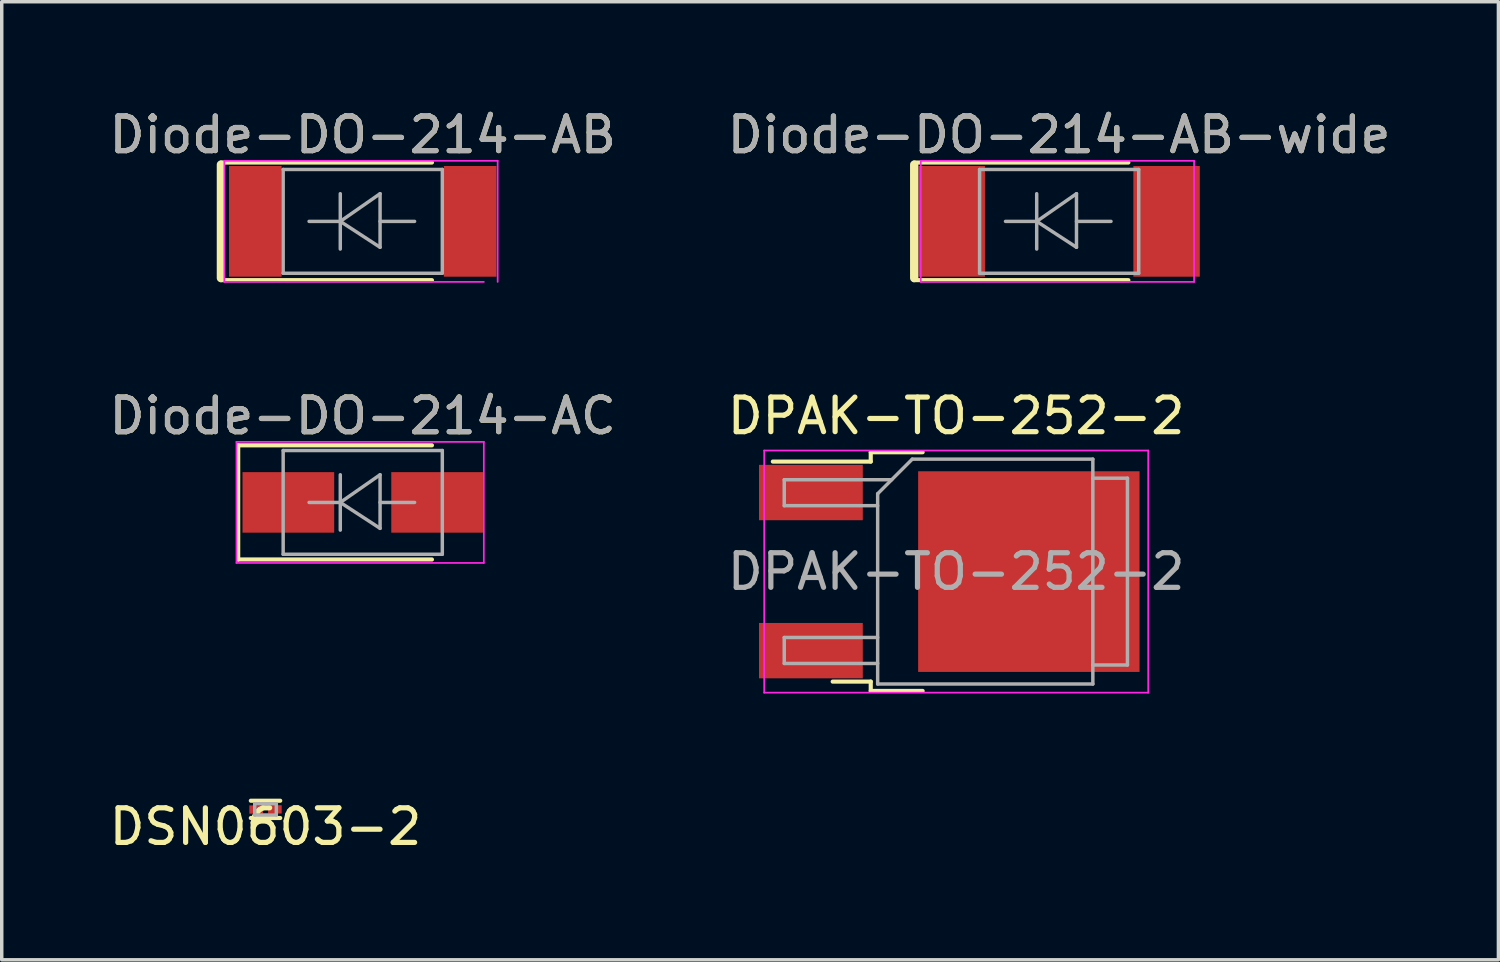
<source format=kicad_pcb>
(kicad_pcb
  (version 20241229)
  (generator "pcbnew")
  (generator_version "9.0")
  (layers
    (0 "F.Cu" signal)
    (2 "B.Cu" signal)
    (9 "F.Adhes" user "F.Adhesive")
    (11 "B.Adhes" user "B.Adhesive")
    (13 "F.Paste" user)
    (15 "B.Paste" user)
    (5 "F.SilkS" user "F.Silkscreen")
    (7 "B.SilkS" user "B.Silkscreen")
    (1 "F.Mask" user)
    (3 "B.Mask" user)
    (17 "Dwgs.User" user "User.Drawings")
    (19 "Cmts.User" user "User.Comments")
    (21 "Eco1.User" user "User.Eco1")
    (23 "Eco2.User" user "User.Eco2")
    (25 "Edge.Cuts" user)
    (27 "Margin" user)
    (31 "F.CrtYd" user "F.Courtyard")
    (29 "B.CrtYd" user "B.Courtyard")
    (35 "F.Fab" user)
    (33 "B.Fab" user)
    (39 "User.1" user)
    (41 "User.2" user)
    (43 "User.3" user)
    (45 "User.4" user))
  (footprint "DSN0603-2"
    (layer "F.Cu")
    (at 4.625 20.345)
    (property "Reference" "DSN0603-2" (at 0 0.5 0) (layer "F.SilkS") (effects (font (size 1 1) (thickness 0.15))))
    (attr through_hole)
    (fp_line (start -0.425 -0.25) (end 0.425 -0.25) (stroke (width 0.12) (type solid)) (layer "F.SilkS"))
    (fp_line (start -0.425 0.25) (end 0.425 0.25) (stroke (width 0.12) (type solid)) (layer "F.SilkS"))
    (fp_line (start -0.312 -0.163) (end -0.312 0.163) (stroke (width 0.1) (type solid)) (layer "F.Fab"))
    (fp_line (start -0.312 -0.163) (end 0.312 -0.163) (stroke (width 0.1) (type solid)) (layer "F.Fab"))
    (fp_line (start -0.312 0.163) (end 0.312 0.163) (stroke (width 0.1) (type solid)) (layer "F.Fab"))
    (fp_line (start 0.312 -0.163) (end 0.312 0.163) (stroke (width 0.1) (type solid)) (layer "F.Fab"))
    (pad "1" smd rect (at -0.2 0.005) (size 0.395 0.24) (drill (offset -0.07 0)) (layers "F.Cu" "F.Mask" "F.Paste"))
    (pad "2" smd rect (at 0.2 0) (size 0.395 0.24) (drill (offset 0.07 0)) (layers "F.Cu" "F.Mask" "F.Paste")))
  (footprint "DPAK-TO-252-2"
    (layer "F.Cu")
    (at 24.589 13.472)
    (property "Reference" "DPAK-TO-252-2" (at 0 -4.5 0) (layer "F.SilkS") (effects (font (size 1 1) (thickness 0.15))))
    (attr smd)
    (fp_line (start -2.47 -3.45) (end -2.47 -3.18) (stroke (width 0.12) (type solid)) (layer "F.SilkS"))
    (fp_line (start -2.47 -3.18) (end -5.3 -3.18) (stroke (width 0.12) (type solid)) (layer "F.SilkS"))
    (fp_line (start -2.47 3.18) (end -3.57 3.18) (stroke (width 0.12) (type solid)) (layer "F.SilkS"))
    (fp_line (start -2.47 3.45) (end -2.47 3.18) (stroke (width 0.12) (type solid)) (layer "F.SilkS"))
    (fp_line (start -0.97 -3.45) (end -2.47 -3.45) (stroke (width 0.12) (type solid)) (layer "F.SilkS"))
    (fp_line (start -0.97 3.45) (end -2.47 3.45) (stroke (width 0.12) (type solid)) (layer "F.SilkS"))
    (fp_line (start -5.55 -3.5) (end -5.55 3.5) (stroke (width 0.05) (type solid)) (layer "F.CrtYd"))
    (fp_line (start -5.55 3.5) (end 5.55 3.5) (stroke (width 0.05) (type solid)) (layer "F.CrtYd"))
    (fp_line (start 5.55 -3.5) (end -5.55 -3.5) (stroke (width 0.05) (type solid)) (layer "F.CrtYd"))
    (fp_line (start 5.55 3.5) (end 5.55 -3.5) (stroke (width 0.05) (type solid)) (layer "F.CrtYd"))
    (fp_line (start -4.97 -2.655) (end -4.97 -1.905) (stroke (width 0.1) (type solid)) (layer "F.Fab"))
    (fp_line (start -4.97 -1.905) (end -2.27 -1.905) (stroke (width 0.1) (type solid)) (layer "F.Fab"))
    (fp_line (start -4.97 1.905) (end -4.97 2.655) (stroke (width 0.1) (type solid)) (layer "F.Fab"))
    (fp_line (start -4.97 2.655) (end -2.27 2.655) (stroke (width 0.1) (type solid)) (layer "F.Fab"))
    (fp_line (start -2.27 -2.25) (end -1.27 -3.25) (stroke (width 0.1) (type solid)) (layer "F.Fab"))
    (fp_line (start -2.27 1.905) (end -4.97 1.905) (stroke (width 0.1) (type solid)) (layer "F.Fab"))
    (fp_line (start -2.27 3.25) (end -2.27 -2.25) (stroke (width 0.1) (type solid)) (layer "F.Fab"))
    (fp_line (start -1.865 -2.655) (end -4.97 -2.655) (stroke (width 0.1) (type solid)) (layer "F.Fab"))
    (fp_line (start -1.27 -3.25) (end 3.95 -3.25) (stroke (width 0.1) (type solid)) (layer "F.Fab"))
    (fp_line (start 3.95 -3.25) (end 3.95 3.25) (stroke (width 0.1) (type solid)) (layer "F.Fab"))
    (fp_line (start 3.95 -2.7) (end 4.95 -2.7) (stroke (width 0.1) (type solid)) (layer "F.Fab"))
    (fp_line (start 3.95 3.25) (end -2.27 3.25) (stroke (width 0.1) (type solid)) (layer "F.Fab"))
    (fp_line (start 4.95 -2.7) (end 4.95 2.7) (stroke (width 0.1) (type solid)) (layer "F.Fab"))
    (fp_line (start 4.95 2.7) (end 3.95 2.7) (stroke (width 0.1) (type solid)) (layer "F.Fab"))
    (fp_text user "${REFERENCE}" (at 0 0 0) (layer "F.Fab") (effects (font (size 1 1) (thickness 0.15))))
    (pad "" smd rect (at 0.425 -1.525) (size 3.05 2.75) (layers "F.Paste"))
    (pad "" smd rect (at 0.425 1.525) (size 3.05 2.75) (layers "F.Paste"))
    (pad "" smd rect (at 3.775 -1.525) (size 3.05 2.75) (layers "F.Paste"))
    (pad "" smd rect (at 3.775 1.525) (size 3.05 2.75) (layers "F.Paste"))
    (pad "1" smd rect (at -4.2 -2.285) (size 3 1.6) (layers "F.Cu" "F.Mask" "F.Paste"))
    (pad "2" smd rect (at 2.1 0) (size 6.4 5.8) (layers "F.Cu" "F.Mask"))
    (pad "3" smd rect (at -4.2 2.285) (size 3 1.6) (layers "F.Cu" "F.Mask" "F.Paste")))
  (footprint "Diode-DO-214-AB-wide"
    (layer "F.Cu")
    (at 27.565 3.348)
    (property "Reference" "Diode-DO-214-AB-wide" (at 0 -2.5 0) (layer "F.SilkS") (effects (font (size 1 1) (thickness 0.15))))
    (attr smd)
    (fp_line (start -4.2 1.7) (end 2 1.7) (stroke (width 0.12) (type solid)) (layer "F.SilkS"))
    (fp_line (start -4.19 -1.7) (end 2 -1.7) (stroke (width 0.12) (type solid)) (layer "F.SilkS"))
    (fp_line (start -4.19 -1.64) (end -4.19 1.64) (stroke (width 0.24) (type solid)) (layer "F.SilkS"))
    (fp_line (start -4 -1.75) (end 3.9 -1.75) (stroke (width 0.05) (type solid)) (layer "F.CrtYd"))
    (fp_line (start -4 1.75) (end -4 -1.75) (stroke (width 0.05) (type solid)) (layer "F.CrtYd"))
    (fp_line (start 3.9 -1.75) (end 3.9 1.75) (stroke (width 0.05) (type solid)) (layer "F.CrtYd"))
    (fp_line (start 3.9 1.75) (end -4 1.75) (stroke (width 0.05) (type solid)) (layer "F.CrtYd"))
    (fp_line (start -2.3 1.5) (end -2.3 -1.5) (stroke (width 0.1) (type solid)) (layer "F.Fab"))
    (fp_line (start -0.649 -0.799) (end -0.649 0.801) (stroke (width 0.1) (type solid)) (layer "F.Fab"))
    (fp_line (start -0.649 0.001) (end -1.551 0.001) (stroke (width 0.1) (type solid)) (layer "F.Fab"))
    (fp_line (start -0.649 0.001) (end 0.501 -0.799) (stroke (width 0.1) (type solid)) (layer "F.Fab"))
    (fp_line (start -0.649 0.001) (end 0.501 0.75) (stroke (width 0.1) (type solid)) (layer "F.Fab"))
    (fp_line (start 0.501 0.001) (end 1.499 0.001) (stroke (width 0.1) (type solid)) (layer "F.Fab"))
    (fp_line (start 0.501 0.75) (end 0.501 -0.799) (stroke (width 0.1) (type solid)) (layer "F.Fab"))
    (fp_line (start 2.3 -1.5) (end -2.3 -1.5) (stroke (width 0.1) (type solid)) (layer "F.Fab"))
    (fp_line (start 2.3 -1.5) (end 2.3 1.5) (stroke (width 0.1) (type solid)) (layer "F.Fab"))
    (fp_line (start 2.3 1.5) (end -2.3 1.5) (stroke (width 0.1) (type solid)) (layer "F.Fab"))
    (fp_text user "${REFERENCE}" (at 0 -2.5 0) (layer "F.Fab") (effects (font (size 1 1) (thickness 0.15))))
    (pad "1" smd rect (at -3.105 0) (size 1.92 3.2) (layers "F.Cu" "F.Mask" "F.Paste"))
    (pad "2" smd rect (at 3.105 0) (size 1.92 3.2) (layers "F.Cu" "F.Mask" "F.Paste")))
  (footprint "Diode-DO-214-AC"
    (layer "F.Cu")
    (at 7.435 11.472)
    (property "Reference" "Diode-DO-214-AC" (at 0 -2.5 0) (layer "F.SilkS") (effects (font (size 1 1) (thickness 0.15))))
    (attr smd)
    (fp_line (start -3.6 -1.65) (end -3.6 1.65) (stroke (width 0.12) (type solid)) (layer "F.SilkS"))
    (fp_line (start -3.6 -1.65) (end 2 -1.65) (stroke (width 0.12) (type solid)) (layer "F.SilkS"))
    (fp_line (start -3.6 1.65) (end 2 1.65) (stroke (width 0.12) (type solid)) (layer "F.SilkS"))
    (fp_line (start -3.65 -1.75) (end 3.5 -1.75) (stroke (width 0.05) (type solid)) (layer "F.CrtYd"))
    (fp_line (start -3.65 1.75) (end -3.65 -1.75) (stroke (width 0.05) (type solid)) (layer "F.CrtYd"))
    (fp_line (start 3.5 -1.75) (end 3.5 1.75) (stroke (width 0.05) (type solid)) (layer "F.CrtYd"))
    (fp_line (start 3.5 1.75) (end -3.65 1.75) (stroke (width 0.05) (type solid)) (layer "F.CrtYd"))
    (fp_line (start -2.3 1.5) (end -2.3 -1.5) (stroke (width 0.1) (type solid)) (layer "F.Fab"))
    (fp_line (start -0.649 -0.799) (end -0.649 0.801) (stroke (width 0.1) (type solid)) (layer "F.Fab"))
    (fp_line (start -0.649 0.001) (end -1.551 0.001) (stroke (width 0.1) (type solid)) (layer "F.Fab"))
    (fp_line (start -0.649 0.001) (end 0.501 -0.799) (stroke (width 0.1) (type solid)) (layer "F.Fab"))
    (fp_line (start -0.649 0.001) (end 0.501 0.75) (stroke (width 0.1) (type solid)) (layer "F.Fab"))
    (fp_line (start 0.501 0.001) (end 1.499 0.001) (stroke (width 0.1) (type solid)) (layer "F.Fab"))
    (fp_line (start 0.501 0.75) (end 0.501 -0.799) (stroke (width 0.1) (type solid)) (layer "F.Fab"))
    (fp_line (start 2.3 -1.5) (end -2.3 -1.5) (stroke (width 0.1) (type solid)) (layer "F.Fab"))
    (fp_line (start 2.3 -1.5) (end 2.3 1.5) (stroke (width 0.1) (type solid)) (layer "F.Fab"))
    (fp_line (start 2.3 1.5) (end -2.3 1.5) (stroke (width 0.1) (type solid)) (layer "F.Fab"))
    (fp_text user "${REFERENCE}" (at 0 -2.5 0) (layer "F.Fab") (effects (font (size 1 1) (thickness 0.15))))
    (pad "1" smd rect (at -2.15 0) (size 2.65 1.75) (layers "F.Cu" "F.Mask" "F.Paste"))
    (pad "2" smd rect (at 2.15 0) (size 2.65 1.75) (layers "F.Cu" "F.Mask" "F.Paste")))
  (footprint "Diode-DO-214-AB"
    (layer "F.Cu")
    (at 7.435 3.348)
    (property "Reference" "Diode-DO-214-AB" (at 0 -2.5 0) (layer "F.SilkS") (effects (font (size 1 1) (thickness 0.15))))
    (attr smd)
    (fp_line (start -4.1 -1.7) (end 2 -1.7) (stroke (width 0.12) (type solid)) (layer "F.SilkS"))
    (fp_line (start -4.1 -1.64) (end -4.1 1.64) (stroke (width 0.24) (type solid)) (layer "F.SilkS"))
    (fp_line (start -4.1 1.7) (end 2 1.7) (stroke (width 0.12) (type solid)) (layer "F.SilkS"))
    (fp_line (start -4 -1.75) (end 3.9 -1.75) (stroke (width 0.05) (type solid)) (layer "F.CrtYd"))
    (fp_line (start -4 1.75) (end -4 -1.75) (stroke (width 0.05) (type solid)) (layer "F.CrtYd"))
    (fp_line (start 3.5 1.75) (end -4 1.75) (stroke (width 0.05) (type solid)) (layer "F.CrtYd"))
    (fp_line (start 3.9 -1.75) (end 3.9 1.75) (stroke (width 0.05) (type solid)) (layer "F.CrtYd"))
    (fp_line (start -2.3 1.5) (end -2.3 -1.5) (stroke (width 0.1) (type solid)) (layer "F.Fab"))
    (fp_line (start -0.649 -0.799) (end -0.649 0.801) (stroke (width 0.1) (type solid)) (layer "F.Fab"))
    (fp_line (start -0.649 0.001) (end -1.551 0.001) (stroke (width 0.1) (type solid)) (layer "F.Fab"))
    (fp_line (start -0.649 0.001) (end 0.501 -0.799) (stroke (width 0.1) (type solid)) (layer "F.Fab"))
    (fp_line (start -0.649 0.001) (end 0.501 0.75) (stroke (width 0.1) (type solid)) (layer "F.Fab"))
    (fp_line (start 0.501 0.001) (end 1.499 0.001) (stroke (width 0.1) (type solid)) (layer "F.Fab"))
    (fp_line (start 0.501 0.75) (end 0.501 -0.799) (stroke (width 0.1) (type solid)) (layer "F.Fab"))
    (fp_line (start 2.3 -1.5) (end -2.3 -1.5) (stroke (width 0.1) (type solid)) (layer "F.Fab"))
    (fp_line (start 2.3 -1.5) (end 2.3 1.5) (stroke (width 0.1) (type solid)) (layer "F.Fab"))
    (fp_line (start 2.3 1.5) (end -2.3 1.5) (stroke (width 0.1) (type solid)) (layer "F.Fab"))
    (fp_text user "${REFERENCE}" (at 0 -2.5 0) (layer "F.Fab") (effects (font (size 1 1) (thickness 0.15))))
    (pad "1" smd rect (at -3.105 0) (size 1.52 3.2) (layers "F.Cu" "F.Mask" "F.Paste"))
    (pad "2" smd rect (at 3.105 0) (size 1.52 3.2) (layers "F.Cu" "F.Mask" "F.Paste")))
  (gr_rect
    (start -3 -3)
    (end 40.262 24.693)
    (stroke (width 0.1) (type default))
    (fill no)
    (layer "Edge.Cuts")))
</source>
